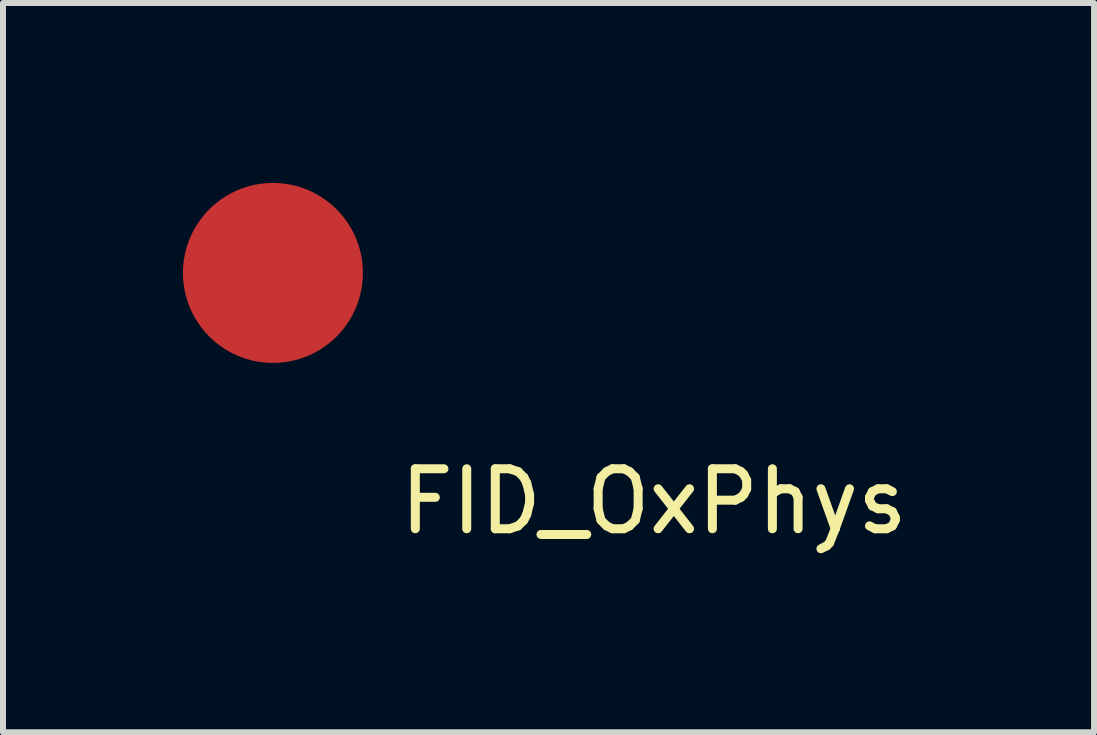
<source format=kicad_pcb>
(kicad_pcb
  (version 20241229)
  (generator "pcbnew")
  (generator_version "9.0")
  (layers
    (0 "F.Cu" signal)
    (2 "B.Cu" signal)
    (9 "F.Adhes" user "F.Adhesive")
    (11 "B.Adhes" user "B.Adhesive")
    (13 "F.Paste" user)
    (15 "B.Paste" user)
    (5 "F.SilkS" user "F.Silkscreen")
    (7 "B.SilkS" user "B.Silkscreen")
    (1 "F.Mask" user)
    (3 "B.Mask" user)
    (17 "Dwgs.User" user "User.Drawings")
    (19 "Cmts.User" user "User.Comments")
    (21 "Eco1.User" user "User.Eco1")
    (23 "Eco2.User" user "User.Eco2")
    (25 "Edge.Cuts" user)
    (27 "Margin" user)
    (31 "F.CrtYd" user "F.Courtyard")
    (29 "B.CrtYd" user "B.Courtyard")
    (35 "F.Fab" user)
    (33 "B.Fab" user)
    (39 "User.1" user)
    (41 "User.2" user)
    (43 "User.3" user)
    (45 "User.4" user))
  (footprint "FID_OxPhys"
    (layer "F.Cu")
    (at 1.5 1.5)
    (property "Reference" "FID_OxPhys" (at 6.35 3.81 0) (layer "F.SilkS") (effects (font (size 1 1) (thickness 0.15))))
    (attr through_hole)
    (pad "1" smd circle (at 0 0) (size 3 3) (layers "F.Cu" "F.Mask" "F.Paste")))
  (gr_rect
    (start -3 -3)
    (end 15.189 9.158)
    (stroke (width 0.1) (type default))
    (fill no)
    (layer "Edge.Cuts")))
</source>
